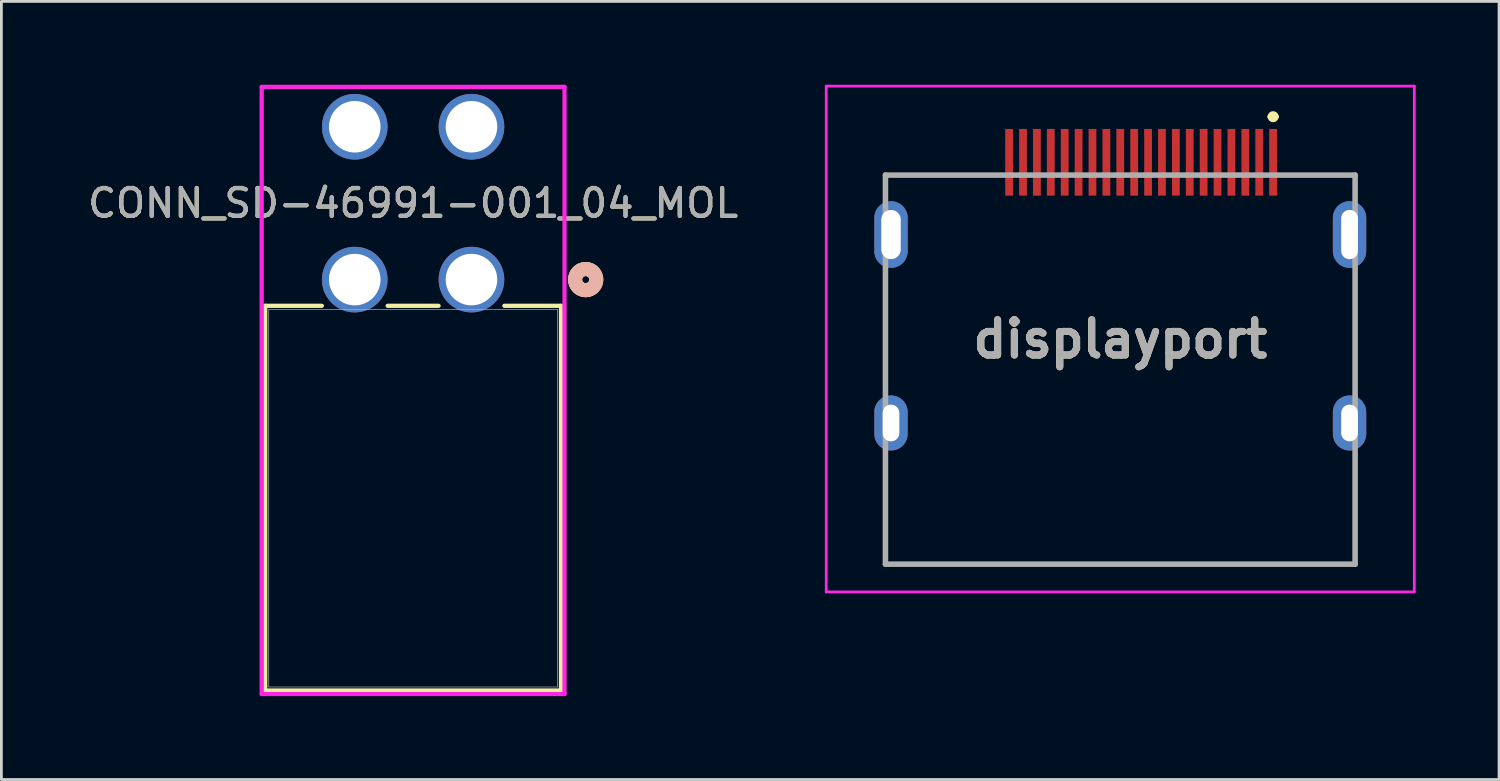
<source format=kicad_pcb>
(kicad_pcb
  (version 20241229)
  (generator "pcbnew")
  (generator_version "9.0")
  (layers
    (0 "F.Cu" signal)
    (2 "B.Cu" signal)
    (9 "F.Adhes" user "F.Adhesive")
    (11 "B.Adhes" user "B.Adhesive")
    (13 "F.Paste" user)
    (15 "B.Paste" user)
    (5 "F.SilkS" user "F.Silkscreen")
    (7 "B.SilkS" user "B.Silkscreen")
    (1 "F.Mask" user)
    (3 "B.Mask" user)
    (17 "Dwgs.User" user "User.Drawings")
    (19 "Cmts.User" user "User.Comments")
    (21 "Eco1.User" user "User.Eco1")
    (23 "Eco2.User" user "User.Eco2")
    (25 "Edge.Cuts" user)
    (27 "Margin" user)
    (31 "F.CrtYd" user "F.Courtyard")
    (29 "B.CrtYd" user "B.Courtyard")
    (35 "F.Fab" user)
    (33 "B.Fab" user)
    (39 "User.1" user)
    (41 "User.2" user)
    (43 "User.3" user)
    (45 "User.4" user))
  (footprint "displayport"
    (layer "F.Cu")
    (at 37.261 9.15)
    (property "Reference" "displayport" (at 0 0 0) (layer "F.SilkS") (effects (font (size 1.27 1.27) (thickness 0.254))))
    (attr through_hole)
    (fp_line (start -8.45 -5.9) (end -5 -5.9) (stroke (width 0.1) (type solid)) (layer "F.SilkS"))
    (fp_line (start -8.45 5.1) (end -8.45 8.1) (stroke (width 0.1) (type solid)) (layer "F.SilkS"))
    (fp_line (start -8.45 8.1) (end 8.45 8.1) (stroke (width 0.1) (type solid)) (layer "F.SilkS"))
    (fp_line (start 5.4 -8) (end 5.4 -8) (stroke (width 0.2) (type solid)) (layer "F.SilkS"))
    (fp_line (start 5.6 -8) (end 5.6 -8) (stroke (width 0.2) (type solid)) (layer "F.SilkS"))
    (fp_line (start 8.45 -5.9) (end 5.6 -5.9) (stroke (width 0.1) (type solid)) (layer "F.SilkS"))
    (fp_line (start 8.45 8.1) (end 8.45 5.1) (stroke (width 0.1) (type solid)) (layer "F.SilkS"))
    (fp_arc (start 5.4 -8) (mid 5.5 -8.1) (end 5.6 -8) (stroke (width 0.2) (type solid)) (layer "F.SilkS"))
    (fp_arc (start 5.6 -8) (mid 5.5 -7.9) (end 5.4 -8) (stroke (width 0.2) (type solid)) (layer "F.SilkS"))
    (fp_line (start -10.58 -9.1) (end 10.58 -9.1) (stroke (width 0.1) (type solid)) (layer "F.CrtYd"))
    (fp_line (start -10.58 9.1) (end -10.58 -9.1) (stroke (width 0.1) (type solid)) (layer "F.CrtYd"))
    (fp_line (start 10.58 -9.1) (end 10.58 9.1) (stroke (width 0.1) (type solid)) (layer "F.CrtYd"))
    (fp_line (start 10.58 9.1) (end -10.58 9.1) (stroke (width 0.1) (type solid)) (layer "F.CrtYd"))
    (fp_line (start -8.45 -5.9) (end 8.45 -5.9) (stroke (width 0.2) (type solid)) (layer "F.Fab"))
    (fp_line (start -8.45 8.1) (end -8.45 -5.9) (stroke (width 0.2) (type solid)) (layer "F.Fab"))
    (fp_line (start 8.45 -5.9) (end 8.45 8.1) (stroke (width 0.2) (type solid)) (layer "F.Fab"))
    (fp_line (start 8.45 8.1) (end -8.45 8.1) (stroke (width 0.2) (type solid)) (layer "F.Fab"))
    (fp_text user "${REFERENCE}" (at 0 0 0) (layer "F.Fab") (effects (font (size 1.27 1.27) (thickness 0.254))))
    (pad "" np_thru_hole circle (at 0 3.8) (size 0.001 0.001) (drill 1.45) (layers "*.Cu" "*.Mask"))
    (pad "1" smd rect (at 5.5 -6.36) (size 0.28 2.4) (layers "F.Cu" "F.Mask" "F.Paste"))
    (pad "2" smd rect (at 5 -6.36) (size 0.28 2.4) (layers "F.Cu" "F.Mask" "F.Paste"))
    (pad "3" smd rect (at 4.5 -6.36) (size 0.28 2.4) (layers "F.Cu" "F.Mask" "F.Paste"))
    (pad "4" smd rect (at 4 -6.36) (size 0.28 2.4) (layers "F.Cu" "F.Mask" "F.Paste"))
    (pad "5" smd rect (at 3.5 -6.36) (size 0.28 2.4) (layers "F.Cu" "F.Mask" "F.Paste"))
    (pad "6" smd rect (at 3 -6.36) (size 0.28 2.4) (layers "F.Cu" "F.Mask" "F.Paste"))
    (pad "7" smd rect (at 2.5 -6.36) (size 0.28 2.4) (layers "F.Cu" "F.Mask" "F.Paste"))
    (pad "8" smd rect (at 2 -6.36) (size 0.28 2.4) (layers "F.Cu" "F.Mask" "F.Paste"))
    (pad "9" smd rect (at 1.5 -6.36) (size 0.28 2.4) (layers "F.Cu" "F.Mask" "F.Paste"))
    (pad "10" smd rect (at 1 -6.36) (size 0.28 2.4) (layers "F.Cu" "F.Mask" "F.Paste"))
    (pad "11" smd rect (at 0.5 -6.36) (size 0.28 2.4) (layers "F.Cu" "F.Mask" "F.Paste"))
    (pad "12" smd rect (at 0 -6.36) (size 0.28 2.4) (layers "F.Cu" "F.Mask" "F.Paste"))
    (pad "13" smd rect (at -0.5 -6.36) (size 0.28 2.4) (layers "F.Cu" "F.Mask" "F.Paste"))
    (pad "14" smd rect (at -1 -6.36) (size 0.28 2.4) (layers "F.Cu" "F.Mask" "F.Paste"))
    (pad "15" smd rect (at -1.5 -6.36) (size 0.28 2.4) (layers "F.Cu" "F.Mask" "F.Paste"))
    (pad "16" smd rect (at -2 -6.36) (size 0.28 2.4) (layers "F.Cu" "F.Mask" "F.Paste"))
    (pad "17" smd rect (at -2.5 -6.36) (size 0.28 2.4) (layers "F.Cu" "F.Mask" "F.Paste"))
    (pad "18" smd rect (at -3 -6.36) (size 0.28 2.4) (layers "F.Cu" "F.Mask" "F.Paste"))
    (pad "19" smd rect (at -3.5 -6.36) (size 0.28 2.4) (layers "F.Cu" "F.Mask" "F.Paste"))
    (pad "20" smd rect (at -4 -6.36) (size 0.28 2.4) (layers "F.Cu" "F.Mask" "F.Paste"))
    (pad "MH1" thru_hole oval (at -8.25 -3.76) (size 1.2 2.4) (drill oval 0.7 1.77) (layers "*.Cu" "*.Mask"))
    (pad "MH2" thru_hole oval (at -8.25 3.02) (size 1.2 1.982) (drill oval 0.6 1.321) (layers "*.Cu" "*.Mask"))
    (pad "MH3" thru_hole oval (at 8.25 3.02) (size 1.2 1.982) (drill oval 0.6 1.321) (layers "*.Cu" "*.Mask"))
    (pad "MH4" thru_hole oval (at 8.25 -3.76) (size 1.2 2.4) (drill oval 0.6 1.773) (layers "*.Cu" "*.Mask")))
  (footprint "CONN_SD-46991-001_04_MOL"
    (layer "F.Cu")
    (at 13.915 7.011)
    (property "Reference" "CONN_SD-46991-001_04_MOL" (at -2.1 -2.75 0) (unlocked yes) (layer "F.SilkS") (effects (font (size 1 1) (thickness 0.15))))
    (attr through_hole)
    (fp_line (start -7.421 0.943) (end -7.421 14.786) (stroke (width 0.152) (type solid)) (layer "F.SilkS"))
    (fp_line (start -7.421 14.786) (end 3.221 14.786) (stroke (width 0.152) (type solid)) (layer "F.SilkS"))
    (fp_line (start -5.384 0.943) (end -7.421 0.943) (stroke (width 0.152) (type solid)) (layer "F.SilkS"))
    (fp_line (start -1.184 0.943) (end -3.016 0.943) (stroke (width 0.152) (type solid)) (layer "F.SilkS"))
    (fp_line (start 3.221 0.943) (end 1.184 0.943) (stroke (width 0.152) (type solid)) (layer "F.SilkS"))
    (fp_line (start 3.221 14.786) (end 3.221 0.943) (stroke (width 0.152) (type solid)) (layer "F.SilkS"))
    (fp_circle (center 4.11 0) (end 4.491 0) (stroke (width 0.508) (type solid)) (fill no) (layer "F.SilkS"))
    (fp_circle (center 4.11 0) (end 4.491 0) (stroke (width 0.508) (type solid)) (fill no) (layer "B.SilkS"))
    (fp_line (start -7.548 -6.935) (end -7.548 14.913) (stroke (width 0.152) (type solid)) (layer "F.CrtYd"))
    (fp_line (start -7.548 14.913) (end 3.348 14.913) (stroke (width 0.152) (type solid)) (layer "F.CrtYd"))
    (fp_line (start 3.348 -6.935) (end -7.548 -6.935) (stroke (width 0.152) (type solid)) (layer "F.CrtYd"))
    (fp_line (start 3.348 14.913) (end 3.348 -6.935) (stroke (width 0.152) (type solid)) (layer "F.CrtYd"))
    (fp_line (start -7.294 1.07) (end -7.294 14.659) (stroke (width 0.025) (type solid)) (layer "F.Fab"))
    (fp_line (start -7.294 14.659) (end 3.094 14.659) (stroke (width 0.025) (type solid)) (layer "F.Fab"))
    (fp_line (start 3.094 1.07) (end -7.294 1.07) (stroke (width 0.025) (type solid)) (layer "F.Fab"))
    (fp_line (start 3.094 14.659) (end 3.094 1.07) (stroke (width 0.025) (type solid)) (layer "F.Fab"))
    (fp_circle (center 0 0) (end 0.381 0) (stroke (width 0.508) (type solid)) (fill no) (layer "F.Fab"))
    (fp_text user "${REFERENCE}" (at -2.1 -2.75 0) (unlocked yes) (layer "F.Fab") (effects (font (size 1 1) (thickness 0.15))))
    (pad "1" thru_hole circle (at 0 0) (size 2.362 2.362) (drill 1.854) (layers "*.Cu" "*.Mask"))
    (pad "2" thru_hole circle (at -4.2 0) (size 2.362 2.362) (drill 1.854) (layers "*.Cu" "*.Mask"))
    (pad "3" thru_hole circle (at 0 -5.5) (size 2.362 2.362) (drill 1.854) (layers "*.Cu" "*.Mask"))
    (pad "4" thru_hole circle (at -4.2 -5.5) (size 2.362 2.362) (drill 1.854) (layers "*.Cu" "*.Mask")))
  (gr_rect
    (start -3 -3)
    (end 50.891 25)
    (stroke (width 0.1) (type default))
    (fill no)
    (layer "Edge.Cuts")))
</source>
